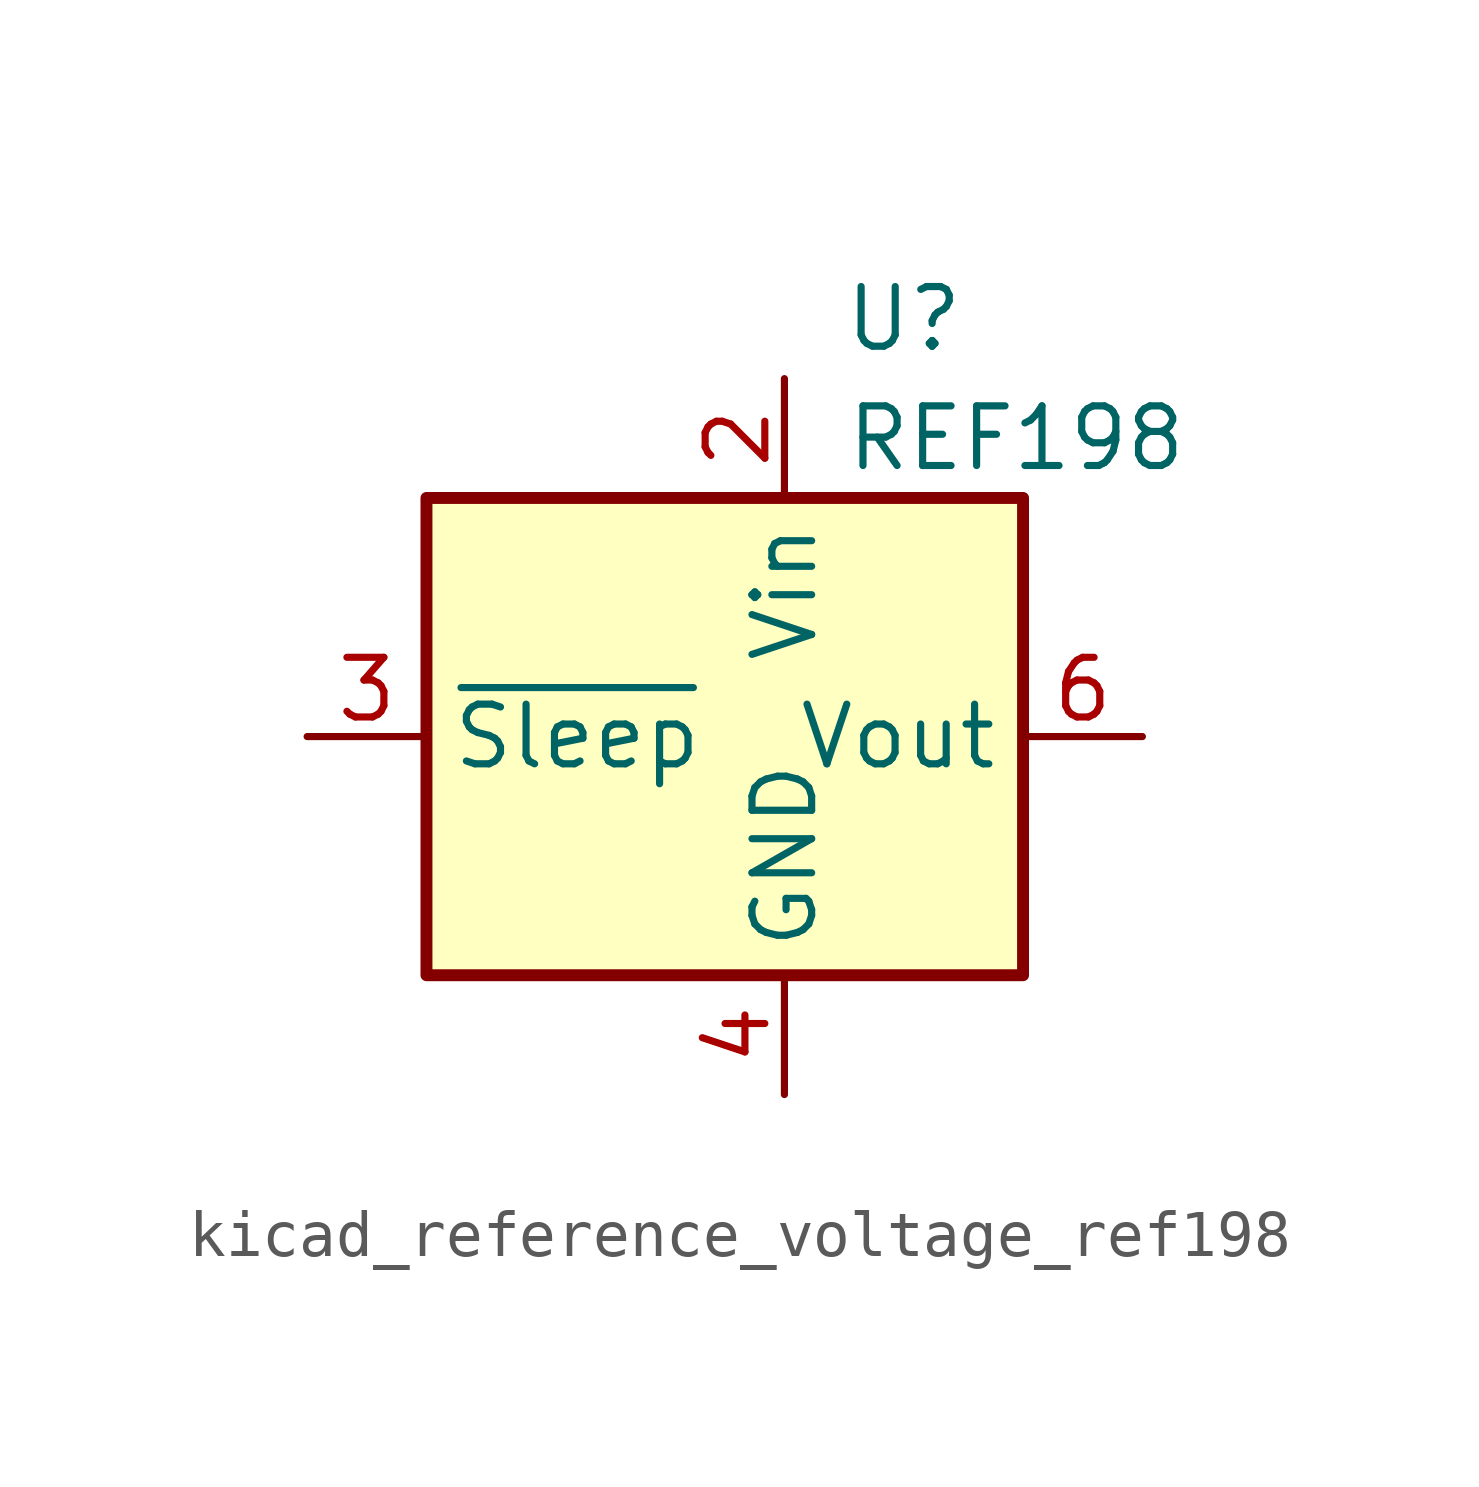
<source format=kicad_sym>
(kicad_symbol_lib
  (version 20220914)
  (generator kicad_symbol_editor)
  (symbol "kicad_reference_voltage_ref198"
    (property "Reference" "U"
      (at 2.54 8.89 0)
      (effects (font (size 1.27 1.27))))
    (property "Value" "REF198"
      (at 1.27 6.35 0)
      (effects (font (size 1.27 1.27)) (justify left)))
    (symbol "kicad_reference_voltage_ref198_0_1"
      (rectangle (start -7.62 5.08) (end 5.08 -5.08) (stroke (width 0.254) (type default)) (fill (type background))))
    (symbol "kicad_reference_voltage_ref198_1_1"
      (pin no_connect line (at -7.62 2.54 0) (length 2.54) hide (name "TP" (effects (font (size 1.27 1.27)))) (number "1" (effects (font (size 1.27 1.27)))))
      (pin power_in line (at 0 7.62 270) (length 2.54) (name "Vin" (effects (font (size 1.27 1.27)))) (number "2" (effects (font (size 1.27 1.27)))))
      (pin input line (at -10.16 0 0) (length 2.54) (name "~{Sleep}" (effects (font (size 1.27 1.27)))) (number "3" (effects (font (size 1.27 1.27)))))
      (pin power_in line (at 0 -7.62 90) (length 2.54) (name "GND" (effects (font (size 1.27 1.27)))) (number "4" (effects (font (size 1.27 1.27)))))
      (pin no_connect line (at -5.08 -5.08 90) (length 2.54) hide (name "TP" (effects (font (size 1.27 1.27)))) (number "5" (effects (font (size 1.27 1.27)))))
      (pin power_out line (at 7.62 0 180) (length 2.54) (name "Vout" (effects (font (size 1.27 1.27)))) (number "6" (effects (font (size 1.27 1.27)))))
      (pin no_connect line (at -2.54 -5.08 90) (length 2.54) hide (name "NC" (effects (font (size 1.27 1.27)))) (number "7" (effects (font (size 1.27 1.27)))))
      (pin no_connect line (at 2.54 -5.08 90) (length 2.54) hide (name "NC" (effects (font (size 1.27 1.27)))) (number "8" (effects (font (size 1.27 1.27))))))))
</source>
